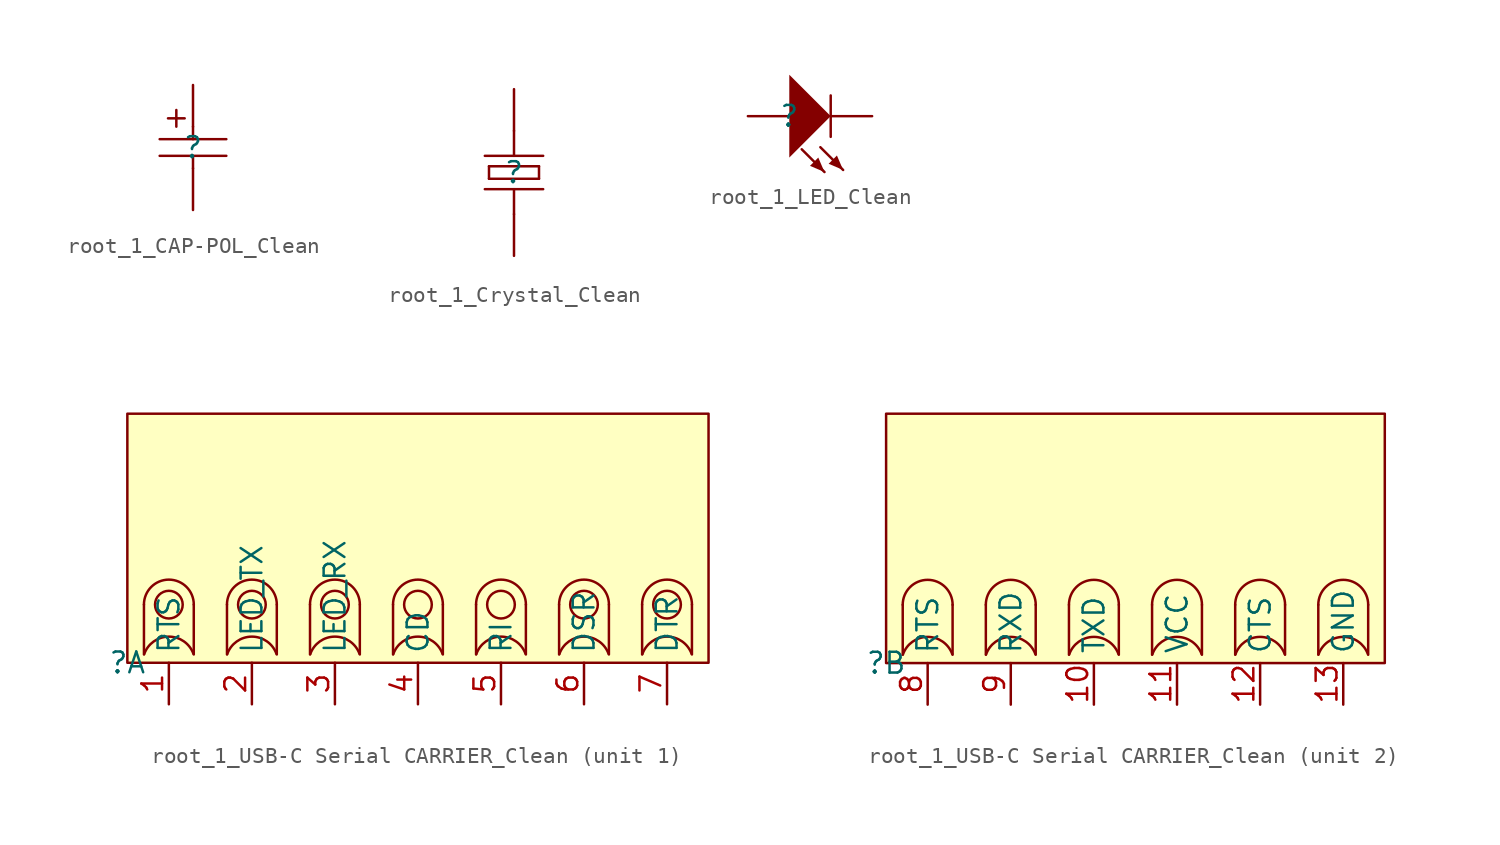
<source format=kicad_sym>
(kicad_symbol_lib
  (version 20241209)
  (generator "kicad_symbol_editor")
  (generator_version "9.0")
  (symbol "root_1_CAP-POL_Clean"
    (pin_numbers
      (hide yes))
    (pin_names
      (hide yes))
    (property "Reference" ""
      (at 0 0 0)
      (effects (font (size 1.27 1.27))))
    (property "Value" ""
      (at 0 0 0)
      (effects (font (size 1.27 1.27))))
    (symbol "root_1_CAP-POL_Clean_1_0"
      (polyline (pts (xy -2.032 0.508) (xy 2.032 0.508)) (stroke (width 0) (type solid)) (fill (type none)))
      (polyline (pts (xy -1.524 1.778) (xy -0.508 1.778)) (stroke (width 0) (type solid)) (fill (type none)))
      (polyline (pts (xy -1.016 1.27) (xy -1.016 2.286)) (stroke (width 0) (type solid)) (fill (type none)))
      (polyline (pts (xy 0 1.27) (xy 0 0.508)) (stroke (width 0) (type solid)) (fill (type none)))
      (polyline (pts (xy 0 -1.27) (xy 0 -0.508)) (stroke (width 0) (type solid)) (fill (type none)))
      (polyline (pts (xy 2.032 -0.508) (xy -2.032 -0.508)) (stroke (width 0) (type solid)) (fill (type none)))
      (pin passive line (at 0 3.81 270) (length 2.54) (name "2" (effects (font (size 1.27 1.27)))) (number "2" (effects (font (size 1.27 1.27)))))
      (pin passive line (at 0 -3.81 90) (length 2.54) (name "1" (effects (font (size 1.27 1.27)))) (number "1" (effects (font (size 1.27 1.27)))))))
  (symbol "root_1_Crystal_Clean"
    (pin_numbers
      (hide yes))
    (pin_names
      (hide yes))
    (property "Reference" ""
      (at 0 0 0)
      (effects (font (size 1.27 1.27))))
    (property "Value" ""
      (at 0 0 0)
      (effects (font (size 1.27 1.27))))
    (symbol "root_1_Crystal_Clean_1_0"
      (polyline (pts (xy -1.524 0.381) (xy 1.524 0.381)) (stroke (width 0) (type solid)) (fill (type none)))
      (polyline (pts (xy -1.524 -0.381) (xy -1.524 0.381)) (stroke (width 0) (type solid)) (fill (type none)))
      (polyline (pts (xy 0 2.54) (xy 0 1.016)) (stroke (width 0) (type solid)) (fill (type none)))
      (polyline (pts (xy 0 -1.016) (xy 0 -2.54)) (stroke (width 0) (type solid)) (fill (type none)))
      (polyline (pts (xy 1.524 0.381) (xy 1.524 -0.381)) (stroke (width 0) (type solid)) (fill (type none)))
      (polyline (pts (xy 1.524 -0.381) (xy -1.524 -0.381)) (stroke (width 0) (type solid)) (fill (type none)))
      (polyline (pts (xy 1.778 1.016) (xy -1.778 1.016)) (stroke (width 0) (type solid)) (fill (type none)))
      (polyline (pts (xy 1.778 -1.016) (xy -1.778 -1.016)) (stroke (width 0) (type solid)) (fill (type none)))
      (pin passive line (at 0 5.08 270) (length 2.54) (name "2" (effects (font (size 1.27 1.27)))) (number "2" (effects (font (size 1.27 1.27)))))
      (pin passive line (at 0 -5.08 90) (length 2.54) (name "1" (effects (font (size 1.27 1.27)))) (number "1" (effects (font (size 1.27 1.27)))))))
  (symbol "root_1_LED_Clean"
    (pin_numbers
      (hide yes))
    (pin_names
      (hide yes))
    (property "Reference" ""
      (at 0 0 0)
      (effects (font (size 1.27 1.27))))
    (property "Value" ""
      (at 0 0 0)
      (effects (font (size 1.27 1.27))))
    (symbol "root_1_LED_Clean_1_0"
      (polyline (pts (xy 0 -2.54) (xy 0 2.54) (xy 2.54 0) (xy 0 -2.54)) (stroke (width -0.0001) (type solid)) (fill (type outline)))
      (polyline (pts (xy 2.159 -3.429) (xy 0.762 -2.032)) (stroke (width 0) (type solid)) (fill (type none)))
      (polyline (pts (xy 2.159 -3.429) (xy 1.27 -3.048) (xy 1.778 -2.54) (xy 2.159 -3.429)) (stroke (width -0.0001) (type solid)) (fill (type outline)))
      (polyline (pts (xy 2.54 0) (xy 2.54 1.27)) (stroke (width 0) (type solid)) (fill (type none)))
      (polyline (pts (xy 2.54 -1.27) (xy 2.54 0)) (stroke (width 0) (type solid)) (fill (type none)))
      (polyline (pts (xy 3.302 -3.302) (xy 1.905 -1.905)) (stroke (width 0) (type solid)) (fill (type none)))
      (polyline (pts (xy 3.302 -3.302) (xy 2.413 -2.921) (xy 2.921 -2.413) (xy 3.302 -3.302)) (stroke (width -0.0001) (type solid)) (fill (type outline)))
      (pin passive line (at -2.54 0 0) (length 2.54) (name "A" (effects (font (size 1.27 1.27)))) (number "A" (effects (font (size 1.27 1.27)))))
      (pin passive line (at 5.08 0 180) (length 2.54) (name "C" (effects (font (size 1.27 1.27)))) (number "C" (effects (font (size 1.27 1.27)))))))
  (symbol "root_1_USB-C Serial CARRIER_Clean"
    (property "Reference" ""
      (at 0 0 0)
      (effects (font (size 1.27 1.27))))
    (property "Value" ""
      (at 0 0 0)
      (effects (font (size 1.27 1.27))))
    (symbol "root_1_USB-C Serial CARRIER_Clean_1_0"
      (polyline (pts (xy 1.016 0.508) (xy 1.016 3.556)) (stroke (width 0) (type solid)) (fill (type none)))
      (arc (start 1.015 3.5616) (mid 2.5405 5.081) (end 4.065 3.5605) (stroke (width 0) (type solid)) (fill (type none)))
      (circle (center 2.54 3.556) (radius 0.847) (stroke (width 0) (type solid)) (fill (type none)))
      (arc (start 1.0316 0.5306) (mid 2.5291 1.599) (end 4.041 0.5512) (stroke (width 0) (type solid)) (fill (type none)))
      (polyline (pts (xy 4.064 0.508) (xy 4.064 3.556)) (stroke (width 0) (type solid)) (fill (type none)))
      (polyline (pts (xy 6.096 0.508) (xy 6.096 3.556)) (stroke (width 0) (type solid)) (fill (type none)))
      (arc (start 6.095 3.5616) (mid 7.6205 5.081) (end 9.145 3.5605) (stroke (width 0) (type solid)) (fill (type none)))
      (circle (center 7.62 3.556) (radius 0.847) (stroke (width 0) (type solid)) (fill (type none)))
      (arc (start 6.1116 0.5306) (mid 7.6091 1.599) (end 9.121 0.5512) (stroke (width 0) (type solid)) (fill (type none)))
      (polyline (pts (xy 9.144 0.508) (xy 9.144 3.556)) (stroke (width 0) (type solid)) (fill (type none)))
      (polyline (pts (xy 11.176 0.508) (xy 11.176 3.556)) (stroke (width 0) (type solid)) (fill (type none)))
      (arc (start 11.175 3.5616) (mid 12.7005 5.081) (end 14.225 3.5605) (stroke (width 0) (type solid)) (fill (type none)))
      (circle (center 12.7 3.556) (radius 0.847) (stroke (width 0) (type solid)) (fill (type none)))
      (arc (start 11.1916 0.5306) (mid 12.6891 1.599) (end 14.201 0.5512) (stroke (width 0) (type solid)) (fill (type none)))
      (polyline (pts (xy 14.224 0.508) (xy 14.224 3.556)) (stroke (width 0) (type solid)) (fill (type none)))
      (polyline (pts (xy 16.256 0.508) (xy 16.256 3.556)) (stroke (width 0) (type solid)) (fill (type none)))
      (arc (start 16.255 3.5616) (mid 17.7805 5.081) (end 19.305 3.5605) (stroke (width 0) (type solid)) (fill (type none)))
      (circle (center 17.78 3.556) (radius 0.847) (stroke (width 0) (type solid)) (fill (type none)))
      (arc (start 16.2716 0.5306) (mid 17.7691 1.599) (end 19.281 0.5512) (stroke (width 0) (type solid)) (fill (type none)))
      (polyline (pts (xy 19.304 0.508) (xy 19.304 3.556)) (stroke (width 0) (type solid)) (fill (type none)))
      (polyline (pts (xy 21.336 0.508) (xy 21.336 3.556)) (stroke (width 0) (type solid)) (fill (type none)))
      (arc (start 21.335 3.5616) (mid 22.8605 5.081) (end 24.385 3.5605) (stroke (width 0) (type solid)) (fill (type none)))
      (circle (center 22.86 3.556) (radius 0.847) (stroke (width 0) (type solid)) (fill (type none)))
      (arc (start 21.3516 0.5306) (mid 22.8491 1.599) (end 24.361 0.5512) (stroke (width 0) (type solid)) (fill (type none)))
      (polyline (pts (xy 24.384 0.508) (xy 24.384 3.556)) (stroke (width 0) (type solid)) (fill (type none)))
      (polyline (pts (xy 26.416 0.508) (xy 26.416 3.556)) (stroke (width 0) (type solid)) (fill (type none)))
      (arc (start 26.415 3.5616) (mid 27.9405 5.081) (end 29.465 3.5605) (stroke (width 0) (type solid)) (fill (type none)))
      (circle (center 27.94 3.556) (radius 0.847) (stroke (width 0) (type solid)) (fill (type none)))
      (arc (start 26.4316 0.5306) (mid 27.9291 1.599) (end 29.441 0.5512) (stroke (width 0) (type solid)) (fill (type none)))
      (polyline (pts (xy 29.464 0.508) (xy 29.464 3.556)) (stroke (width 0) (type solid)) (fill (type none)))
      (polyline (pts (xy 31.496 0.508) (xy 31.496 3.556)) (stroke (width 0) (type solid)) (fill (type none)))
      (arc (start 31.495 3.5616) (mid 33.0205 5.081) (end 34.545 3.5605) (stroke (width 0) (type solid)) (fill (type none)))
      (circle (center 33.02 3.556) (radius 0.847) (stroke (width 0) (type solid)) (fill (type none)))
      (arc (start 31.5116 0.5306) (mid 33.0091 1.599) (end 34.521 0.5512) (stroke (width 0) (type solid)) (fill (type none)))
      (polyline (pts (xy 34.544 0.508) (xy 34.544 3.556)) (stroke (width 0) (type solid)) (fill (type none)))
      (rectangle (start 35.56 15.24) (end 0 0) (stroke (width 0) (type solid) (color 128 0 0 1)) (fill (type background)))
      (pin passive line (at 2.54 -2.54 90) (length 2.54) (name "RTS" (effects (font (size 1.27 1.27)))) (number "1" (effects (font (size 1.27 1.27)))))
      (pin passive line (at 7.62 -2.54 90) (length 2.54) (name "LED_TX" (effects (font (size 1.27 1.27)))) (number "2" (effects (font (size 1.27 1.27)))))
      (pin passive line (at 12.7 -2.54 90) (length 2.54) (name "LED_RX" (effects (font (size 1.27 1.27)))) (number "3" (effects (font (size 1.27 1.27)))))
      (pin passive line (at 17.78 -2.54 90) (length 2.54) (name "CD" (effects (font (size 1.27 1.27)))) (number "4" (effects (font (size 1.27 1.27)))))
      (pin passive line (at 22.86 -2.54 90) (length 2.54) (name "RI" (effects (font (size 1.27 1.27)))) (number "5" (effects (font (size 1.27 1.27)))))
      (pin passive line (at 27.94 -2.54 90) (length 2.54) (name "DSR" (effects (font (size 1.27 1.27)))) (number "6" (effects (font (size 1.27 1.27)))))
      (pin passive line (at 33.02 -2.54 90) (length 2.54) (name "DTR" (effects (font (size 1.27 1.27)))) (number "7" (effects (font (size 1.27 1.27))))))
    (symbol "root_1_USB-C Serial CARRIER_Clean_2_0"
      (polyline (pts (xy 1.016 0.508) (xy 1.016 3.556)) (stroke (width 0) (type solid)) (fill (type none)))
      (arc (start 1.015 3.5616) (mid 2.5405 5.081) (end 4.065 3.5605) (stroke (width 0) (type solid)) (fill (type none)))
      (arc (start 2.54 4.403) (mid 2.54 2.709) (end 2.54 4.403) (stroke (width 0) (type solid)) (fill (type none)))
      (arc (start 1.0316 0.5306) (mid 2.5291 1.599) (end 4.041 0.5512) (stroke (width 0) (type solid)) (fill (type none)))
      (polyline (pts (xy 4.064 0.508) (xy 4.064 3.556)) (stroke (width 0) (type solid)) (fill (type none)))
      (polyline (pts (xy 6.096 0.508) (xy 6.096 3.556)) (stroke (width 0) (type solid)) (fill (type none)))
      (arc (start 6.095 3.5616) (mid 7.6205 5.081) (end 9.145 3.5605) (stroke (width 0) (type solid)) (fill (type none)))
      (arc (start 7.62 4.403) (mid 7.62 2.709) (end 7.62 4.403) (stroke (width 0) (type solid)) (fill (type none)))
      (arc (start 6.1116 0.5306) (mid 7.6091 1.599) (end 9.121 0.5512) (stroke (width 0) (type solid)) (fill (type none)))
      (polyline (pts (xy 9.144 0.508) (xy 9.144 3.556)) (stroke (width 0) (type solid)) (fill (type none)))
      (polyline (pts (xy 11.176 0.508) (xy 11.176 3.556)) (stroke (width 0) (type solid)) (fill (type none)))
      (arc (start 11.175 3.5616) (mid 12.7005 5.081) (end 14.225 3.5605) (stroke (width 0) (type solid)) (fill (type none)))
      (arc (start 12.7 4.403) (mid 12.7 2.709) (end 12.7 4.403) (stroke (width 0) (type solid)) (fill (type none)))
      (arc (start 11.1916 0.5306) (mid 12.6891 1.599) (end 14.201 0.5512) (stroke (width 0) (type solid)) (fill (type none)))
      (polyline (pts (xy 14.224 0.508) (xy 14.224 3.556)) (stroke (width 0) (type solid)) (fill (type none)))
      (polyline (pts (xy 16.256 0.508) (xy 16.256 3.556)) (stroke (width 0) (type solid)) (fill (type none)))
      (arc (start 16.255 3.5616) (mid 17.7805 5.081) (end 19.305 3.5605) (stroke (width 0) (type solid)) (fill (type none)))
      (arc (start 17.78 4.403) (mid 17.78 2.709) (end 17.78 4.403) (stroke (width 0) (type solid)) (fill (type none)))
      (arc (start 16.2716 0.5306) (mid 17.7691 1.599) (end 19.281 0.5512) (stroke (width 0) (type solid)) (fill (type none)))
      (polyline (pts (xy 19.304 0.508) (xy 19.304 3.556)) (stroke (width 0) (type solid)) (fill (type none)))
      (polyline (pts (xy 21.336 0.508) (xy 21.336 3.556)) (stroke (width 0) (type solid)) (fill (type none)))
      (arc (start 21.335 3.5616) (mid 22.8605 5.081) (end 24.385 3.5605) (stroke (width 0) (type solid)) (fill (type none)))
      (arc (start 22.86 4.403) (mid 22.86 2.709) (end 22.86 4.403) (stroke (width 0) (type solid)) (fill (type none)))
      (arc (start 21.3516 0.5306) (mid 22.8491 1.599) (end 24.361 0.5512) (stroke (width 0) (type solid)) (fill (type none)))
      (polyline (pts (xy 24.384 0.508) (xy 24.384 3.556)) (stroke (width 0) (type solid)) (fill (type none)))
      (polyline (pts (xy 26.416 0.508) (xy 26.416 3.556)) (stroke (width 0) (type solid)) (fill (type none)))
      (arc (start 26.415 3.5616) (mid 27.9405 5.081) (end 29.465 3.5605) (stroke (width 0) (type solid)) (fill (type none)))
      (arc (start 27.94 4.403) (mid 27.94 2.709) (end 27.94 4.403) (stroke (width 0) (type solid)) (fill (type none)))
      (arc (start 26.4316 0.5306) (mid 27.9291 1.599) (end 29.441 0.5512) (stroke (width 0) (type solid)) (fill (type none)))
      (polyline (pts (xy 29.464 0.508) (xy 29.464 3.556)) (stroke (width 0) (type solid)) (fill (type none)))
      (rectangle (start 30.48 15.24) (end 0 0) (stroke (width 0) (type solid) (color 128 0 0 1)) (fill (type background)))
      (pin passive line (at 2.54 -2.54 90) (length 2.54) (name "RTS" (effects (font (size 1.27 1.27)))) (number "8" (effects (font (size 1.27 1.27)))))
      (pin passive line (at 7.62 -2.54 90) (length 2.54) (name "RXD" (effects (font (size 1.27 1.27)))) (number "9" (effects (font (size 1.27 1.27)))))
      (pin passive line (at 12.7 -2.54 90) (length 2.54) (name "TXD" (effects (font (size 1.27 1.27)))) (number "10" (effects (font (size 1.27 1.27)))))
      (pin passive line (at 17.78 -2.54 90) (length 2.54) (name "VCC" (effects (font (size 1.27 1.27)))) (number "11" (effects (font (size 1.27 1.27)))))
      (pin passive line (at 22.86 -2.54 90) (length 2.54) (name "CTS" (effects (font (size 1.27 1.27)))) (number "12" (effects (font (size 1.27 1.27)))))
      (pin passive line (at 27.94 -2.54 90) (length 2.54) (name "GND" (effects (font (size 1.27 1.27)))) (number "13" (effects (font (size 1.27 1.27))))))))
</source>
